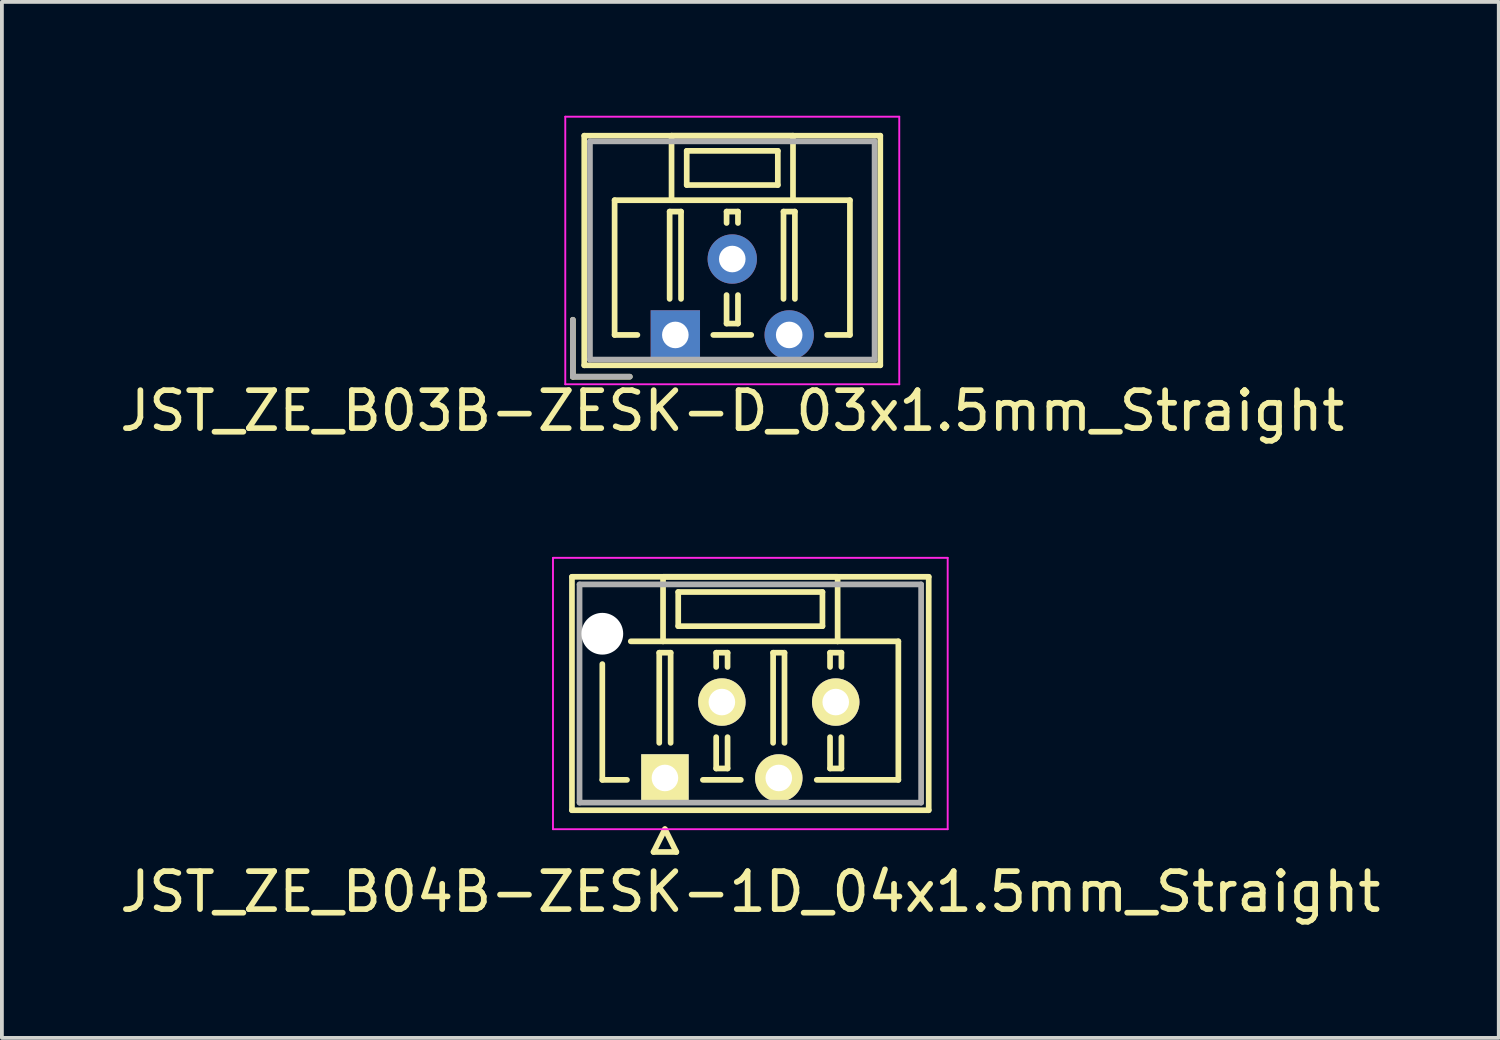
<source format=kicad_pcb>
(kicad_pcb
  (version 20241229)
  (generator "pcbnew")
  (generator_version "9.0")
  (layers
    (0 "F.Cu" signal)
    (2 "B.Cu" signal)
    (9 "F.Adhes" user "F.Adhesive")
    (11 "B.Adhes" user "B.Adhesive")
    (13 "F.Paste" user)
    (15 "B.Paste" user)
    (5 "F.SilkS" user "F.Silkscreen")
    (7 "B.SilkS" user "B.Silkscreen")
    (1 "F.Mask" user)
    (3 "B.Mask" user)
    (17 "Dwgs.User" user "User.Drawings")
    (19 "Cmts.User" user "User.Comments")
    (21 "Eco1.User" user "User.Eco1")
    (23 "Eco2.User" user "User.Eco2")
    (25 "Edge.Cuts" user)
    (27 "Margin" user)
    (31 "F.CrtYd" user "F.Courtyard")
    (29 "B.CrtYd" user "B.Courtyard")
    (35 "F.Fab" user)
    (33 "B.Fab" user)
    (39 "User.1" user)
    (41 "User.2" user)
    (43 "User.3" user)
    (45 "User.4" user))
  (footprint "JST_ZE_B04B-ZESK-1D_04x1.5mm_Straight"
    (layer "F.Cu")
    (at 14.47 17.448)
    (property "Reference" "JST_ZE_B04B-ZESK-1D_04x1.5mm_Straight" (at 2.25 3 0) (layer "F.SilkS") (effects (font (size 1 1) (thickness 0.15))))
    (attr through_hole)
    (fp_line (start -2.45 -5.3) (end -2.45 0.85) (stroke (width 0.15) (type solid)) (layer "F.SilkS"))
    (fp_line (start -2.45 0.85) (end 6.95 0.85) (stroke (width 0.15) (type solid)) (layer "F.SilkS"))
    (fp_line (start -1.65 -3) (end -1.65 0.05) (stroke (width 0.15) (type solid)) (layer "F.SilkS"))
    (fp_line (start -1.65 0.05) (end -1 0.05) (stroke (width 0.15) (type solid)) (layer "F.SilkS"))
    (fp_line (start -0.3 1.95) (end 0 1.35) (stroke (width 0.15) (type solid)) (layer "F.SilkS"))
    (fp_line (start -0.15 -3.3) (end 0.15 -3.3) (stroke (width 0.15) (type solid)) (layer "F.SilkS"))
    (fp_line (start -0.15 -0.925) (end -0.15 -3.3) (stroke (width 0.15) (type solid)) (layer "F.SilkS"))
    (fp_line (start -0.05 -5.3) (end -0.05 -3.6) (stroke (width 0.15) (type solid)) (layer "F.SilkS"))
    (fp_line (start -0.05 -3.6) (end -0.9 -3.6) (stroke (width 0.15) (type solid)) (layer "F.SilkS"))
    (fp_line (start -0.05 -3.6) (end 4.55 -3.6) (stroke (width 0.15) (type solid)) (layer "F.SilkS"))
    (fp_line (start 0 1.35) (end 0.3 1.95) (stroke (width 0.15) (type solid)) (layer "F.SilkS"))
    (fp_line (start 0.15 -3.3) (end 0.15 -0.925) (stroke (width 0.15) (type solid)) (layer "F.SilkS"))
    (fp_line (start 0.3 1.95) (end -0.3 1.95) (stroke (width 0.15) (type solid)) (layer "F.SilkS"))
    (fp_line (start 0.35 -4.9) (end 0.35 -4) (stroke (width 0.15) (type solid)) (layer "F.SilkS"))
    (fp_line (start 0.35 -4) (end 4.15 -4) (stroke (width 0.15) (type solid)) (layer "F.SilkS"))
    (fp_line (start 1 0.05) (end 2 0.05) (stroke (width 0.15) (type solid)) (layer "F.SilkS"))
    (fp_line (start 1.35 -3.3) (end 1.65 -3.3) (stroke (width 0.15) (type solid)) (layer "F.SilkS"))
    (fp_line (start 1.35 -2.925) (end 1.35 -3.3) (stroke (width 0.15) (type solid)) (layer "F.SilkS"))
    (fp_line (start 1.35 -1.075) (end 1.35 -0.25) (stroke (width 0.15) (type solid)) (layer "F.SilkS"))
    (fp_line (start 1.35 -0.25) (end 1.65 -0.25) (stroke (width 0.15) (type solid)) (layer "F.SilkS"))
    (fp_line (start 1.65 -3.3) (end 1.65 -2.925) (stroke (width 0.15) (type solid)) (layer "F.SilkS"))
    (fp_line (start 1.65 -0.25) (end 1.65 -1.075) (stroke (width 0.15) (type solid)) (layer "F.SilkS"))
    (fp_line (start 2.85 -3.3) (end 3.15 -3.3) (stroke (width 0.15) (type solid)) (layer "F.SilkS"))
    (fp_line (start 2.85 -0.925) (end 2.85 -3.3) (stroke (width 0.15) (type solid)) (layer "F.SilkS"))
    (fp_line (start 3.15 -3.3) (end 3.15 -0.925) (stroke (width 0.15) (type solid)) (layer "F.SilkS"))
    (fp_line (start 4.15 -4.9) (end 0.35 -4.9) (stroke (width 0.15) (type solid)) (layer "F.SilkS"))
    (fp_line (start 4.15 -4) (end 4.15 -4.9) (stroke (width 0.15) (type solid)) (layer "F.SilkS"))
    (fp_line (start 4.35 -3.3) (end 4.65 -3.3) (stroke (width 0.15) (type solid)) (layer "F.SilkS"))
    (fp_line (start 4.35 -2.925) (end 4.35 -3.3) (stroke (width 0.15) (type solid)) (layer "F.SilkS"))
    (fp_line (start 4.35 -1.075) (end 4.35 -0.25) (stroke (width 0.15) (type solid)) (layer "F.SilkS"))
    (fp_line (start 4.35 -0.25) (end 4.65 -0.25) (stroke (width 0.15) (type solid)) (layer "F.SilkS"))
    (fp_line (start 4.55 -5.3) (end -0.05 -5.3) (stroke (width 0.15) (type solid)) (layer "F.SilkS"))
    (fp_line (start 4.55 -3.6) (end 4.55 -5.3) (stroke (width 0.15) (type solid)) (layer "F.SilkS"))
    (fp_line (start 4.55 -3.6) (end 6.15 -3.6) (stroke (width 0.15) (type solid)) (layer "F.SilkS"))
    (fp_line (start 4.65 -3.3) (end 4.65 -2.925) (stroke (width 0.15) (type solid)) (layer "F.SilkS"))
    (fp_line (start 4.65 -0.25) (end 4.65 -1.075) (stroke (width 0.15) (type solid)) (layer "F.SilkS"))
    (fp_line (start 6.15 -3.6) (end 6.15 0.05) (stroke (width 0.15) (type solid)) (layer "F.SilkS"))
    (fp_line (start 6.15 0.05) (end 4 0.05) (stroke (width 0.15) (type solid)) (layer "F.SilkS"))
    (fp_line (start 6.95 -5.3) (end -2.45 -5.3) (stroke (width 0.15) (type solid)) (layer "F.SilkS"))
    (fp_line (start 6.95 0.85) (end 6.95 -5.3) (stroke (width 0.15) (type solid)) (layer "F.SilkS"))
    (fp_line (start -2.95 -5.8) (end -2.95 1.35) (stroke (width 0.05) (type solid)) (layer "F.CrtYd"))
    (fp_line (start -2.95 1.35) (end 7.45 1.35) (stroke (width 0.05) (type solid)) (layer "F.CrtYd"))
    (fp_line (start 7.45 -5.8) (end -2.95 -5.8) (stroke (width 0.05) (type solid)) (layer "F.CrtYd"))
    (fp_line (start 7.45 1.35) (end 7.45 -5.8) (stroke (width 0.05) (type solid)) (layer "F.CrtYd"))
    (fp_line (start -2.25 -5.1) (end -2.25 0.65) (stroke (width 0.15) (type solid)) (layer "F.Fab"))
    (fp_line (start -2.25 0.65) (end 6.75 0.65) (stroke (width 0.15) (type solid)) (layer "F.Fab"))
    (fp_line (start 6.75 -5.1) (end -2.25 -5.1) (stroke (width 0.15) (type solid)) (layer "F.Fab"))
    (fp_line (start 6.75 0.65) (end 6.75 -5.1) (stroke (width 0.15) (type solid)) (layer "F.Fab"))
    (pad "" np_thru_hole circle (at -1.65 -3.8) (size 1.1 1.1) (drill 1.1) (layers "*.Cu"))
    (pad "1" thru_hole rect (at 0 0) (size 1.25 1.25) (drill 0.7) (layers "*.Cu" "*.Mask" "F.SilkS"))
    (pad "2" thru_hole circle (at 1.5 -2) (size 1.25 1.25) (drill 0.7) (layers "*.Cu" "*.Mask" "F.SilkS"))
    (pad "3" thru_hole circle (at 3 0) (size 1.25 1.25) (drill 0.7) (layers "*.Cu" "*.Mask" "F.SilkS"))
    (pad "4" thru_hole circle (at 4.5 -2) (size 1.25 1.25) (drill 0.7) (layers "*.Cu" "*.Mask" "F.SilkS")))
  (footprint "JST_ZE_B03B-ZESK-D_03x1.5mm_Straight"
    (layer "F.Cu")
    (at 14.744 5.775)
    (property "Reference" "JST_ZE_B03B-ZESK-D_03x1.5mm_Straight" (at 1.5 2 0) (layer "F.SilkS") (effects (font (size 1 1) (thickness 0.15))))
    (attr through_hole)
    (fp_line (start -2.7 -0.4) (end -2.7 1.1) (stroke (width 0.15) (type solid)) (layer "F.SilkS"))
    (fp_line (start -2.7 1.1) (end -1.2 1.1) (stroke (width 0.15) (type solid)) (layer "F.SilkS"))
    (fp_line (start -2.4 -5.25) (end -2.4 0.8) (stroke (width 0.15) (type solid)) (layer "F.SilkS"))
    (fp_line (start -2.4 0.8) (end 5.4 0.8) (stroke (width 0.15) (type solid)) (layer "F.SilkS"))
    (fp_line (start -1.6 -3.55) (end -1.6 0) (stroke (width 0.15) (type solid)) (layer "F.SilkS"))
    (fp_line (start -1.6 0) (end -1 0) (stroke (width 0.15) (type solid)) (layer "F.SilkS"))
    (fp_line (start -0.15 -3.25) (end 0.15 -3.25) (stroke (width 0.15) (type solid)) (layer "F.SilkS"))
    (fp_line (start -0.15 -0.95) (end -0.15 -3.25) (stroke (width 0.15) (type solid)) (layer "F.SilkS"))
    (fp_line (start -0.1 -5.25) (end -0.1 -3.55) (stroke (width 0.15) (type solid)) (layer "F.SilkS"))
    (fp_line (start -0.1 -3.55) (end -1.6 -3.55) (stroke (width 0.15) (type solid)) (layer "F.SilkS"))
    (fp_line (start -0.1 -3.55) (end 3.1 -3.55) (stroke (width 0.15) (type solid)) (layer "F.SilkS"))
    (fp_line (start 0.15 -3.25) (end 0.15 -0.95) (stroke (width 0.15) (type solid)) (layer "F.SilkS"))
    (fp_line (start 0.3 -4.85) (end 0.3 -3.95) (stroke (width 0.15) (type solid)) (layer "F.SilkS"))
    (fp_line (start 0.3 -3.95) (end 2.7 -3.95) (stroke (width 0.15) (type solid)) (layer "F.SilkS"))
    (fp_line (start 1 0) (end 2 0) (stroke (width 0.15) (type solid)) (layer "F.SilkS"))
    (fp_line (start 1.35 -3.25) (end 1.65 -3.25) (stroke (width 0.15) (type solid)) (layer "F.SilkS"))
    (fp_line (start 1.35 -2.95) (end 1.35 -3.25) (stroke (width 0.15) (type solid)) (layer "F.SilkS"))
    (fp_line (start 1.35 -1.05) (end 1.35 -0.3) (stroke (width 0.15) (type solid)) (layer "F.SilkS"))
    (fp_line (start 1.35 -0.3) (end 1.65 -0.3) (stroke (width 0.15) (type solid)) (layer "F.SilkS"))
    (fp_line (start 1.65 -3.25) (end 1.65 -2.95) (stroke (width 0.15) (type solid)) (layer "F.SilkS"))
    (fp_line (start 1.65 -0.3) (end 1.65 -1.05) (stroke (width 0.15) (type solid)) (layer "F.SilkS"))
    (fp_line (start 2.7 -4.85) (end 0.3 -4.85) (stroke (width 0.15) (type solid)) (layer "F.SilkS"))
    (fp_line (start 2.7 -3.95) (end 2.7 -4.85) (stroke (width 0.15) (type solid)) (layer "F.SilkS"))
    (fp_line (start 2.85 -3.25) (end 3.15 -3.25) (stroke (width 0.15) (type solid)) (layer "F.SilkS"))
    (fp_line (start 2.85 -0.95) (end 2.85 -3.25) (stroke (width 0.15) (type solid)) (layer "F.SilkS"))
    (fp_line (start 3.1 -5.25) (end -0.1 -5.25) (stroke (width 0.15) (type solid)) (layer "F.SilkS"))
    (fp_line (start 3.1 -3.55) (end 3.1 -5.25) (stroke (width 0.15) (type solid)) (layer "F.SilkS"))
    (fp_line (start 3.1 -3.55) (end 4.6 -3.55) (stroke (width 0.15) (type solid)) (layer "F.SilkS"))
    (fp_line (start 3.15 -3.25) (end 3.15 -0.95) (stroke (width 0.15) (type solid)) (layer "F.SilkS"))
    (fp_line (start 4.6 -3.55) (end 4.6 0) (stroke (width 0.15) (type solid)) (layer "F.SilkS"))
    (fp_line (start 4.6 0) (end 4 0) (stroke (width 0.15) (type solid)) (layer "F.SilkS"))
    (fp_line (start 5.4 -5.25) (end -2.4 -5.25) (stroke (width 0.15) (type solid)) (layer "F.SilkS"))
    (fp_line (start 5.4 0.8) (end 5.4 -5.25) (stroke (width 0.15) (type solid)) (layer "F.SilkS"))
    (fp_line (start -2.9 -5.75) (end -2.9 1.3) (stroke (width 0.05) (type solid)) (layer "F.CrtYd"))
    (fp_line (start -2.9 1.3) (end 5.9 1.3) (stroke (width 0.05) (type solid)) (layer "F.CrtYd"))
    (fp_line (start 5.9 -5.75) (end -2.9 -5.75) (stroke (width 0.05) (type solid)) (layer "F.CrtYd"))
    (fp_line (start 5.9 1.3) (end 5.9 -5.75) (stroke (width 0.05) (type solid)) (layer "F.CrtYd"))
    (fp_line (start -2.7 -0.4) (end -2.7 1.1) (stroke (width 0.15) (type solid)) (layer "F.Fab"))
    (fp_line (start -2.7 1.1) (end -1.2 1.1) (stroke (width 0.15) (type solid)) (layer "F.Fab"))
    (fp_line (start -2.25 -5.1) (end -2.25 0.65) (stroke (width 0.15) (type solid)) (layer "F.Fab"))
    (fp_line (start -2.25 0.65) (end 5.25 0.65) (stroke (width 0.15) (type solid)) (layer "F.Fab"))
    (fp_line (start 5.25 -5.1) (end -2.25 -5.1) (stroke (width 0.15) (type solid)) (layer "F.Fab"))
    (fp_line (start 5.25 0.65) (end 5.25 -5.1) (stroke (width 0.15) (type solid)) (layer "F.Fab"))
    (pad "1" thru_hole rect (at 0 0) (size 1.3 1.3) (drill 0.7) (layers "*.Cu" "*.Mask"))
    (pad "2" thru_hole circle (at 1.5 -2) (size 1.3 1.3) (drill 0.7) (layers "*.Cu" "*.Mask"))
    (pad "3" thru_hole circle (at 3 0) (size 1.3 1.3) (drill 0.7) (layers "*.Cu" "*.Mask")))
  (gr_rect
    (start -3 -3)
    (end 36.44 24.297)
    (stroke (width 0.1) (type default))
    (fill no)
    (layer "Edge.Cuts")))
</source>
